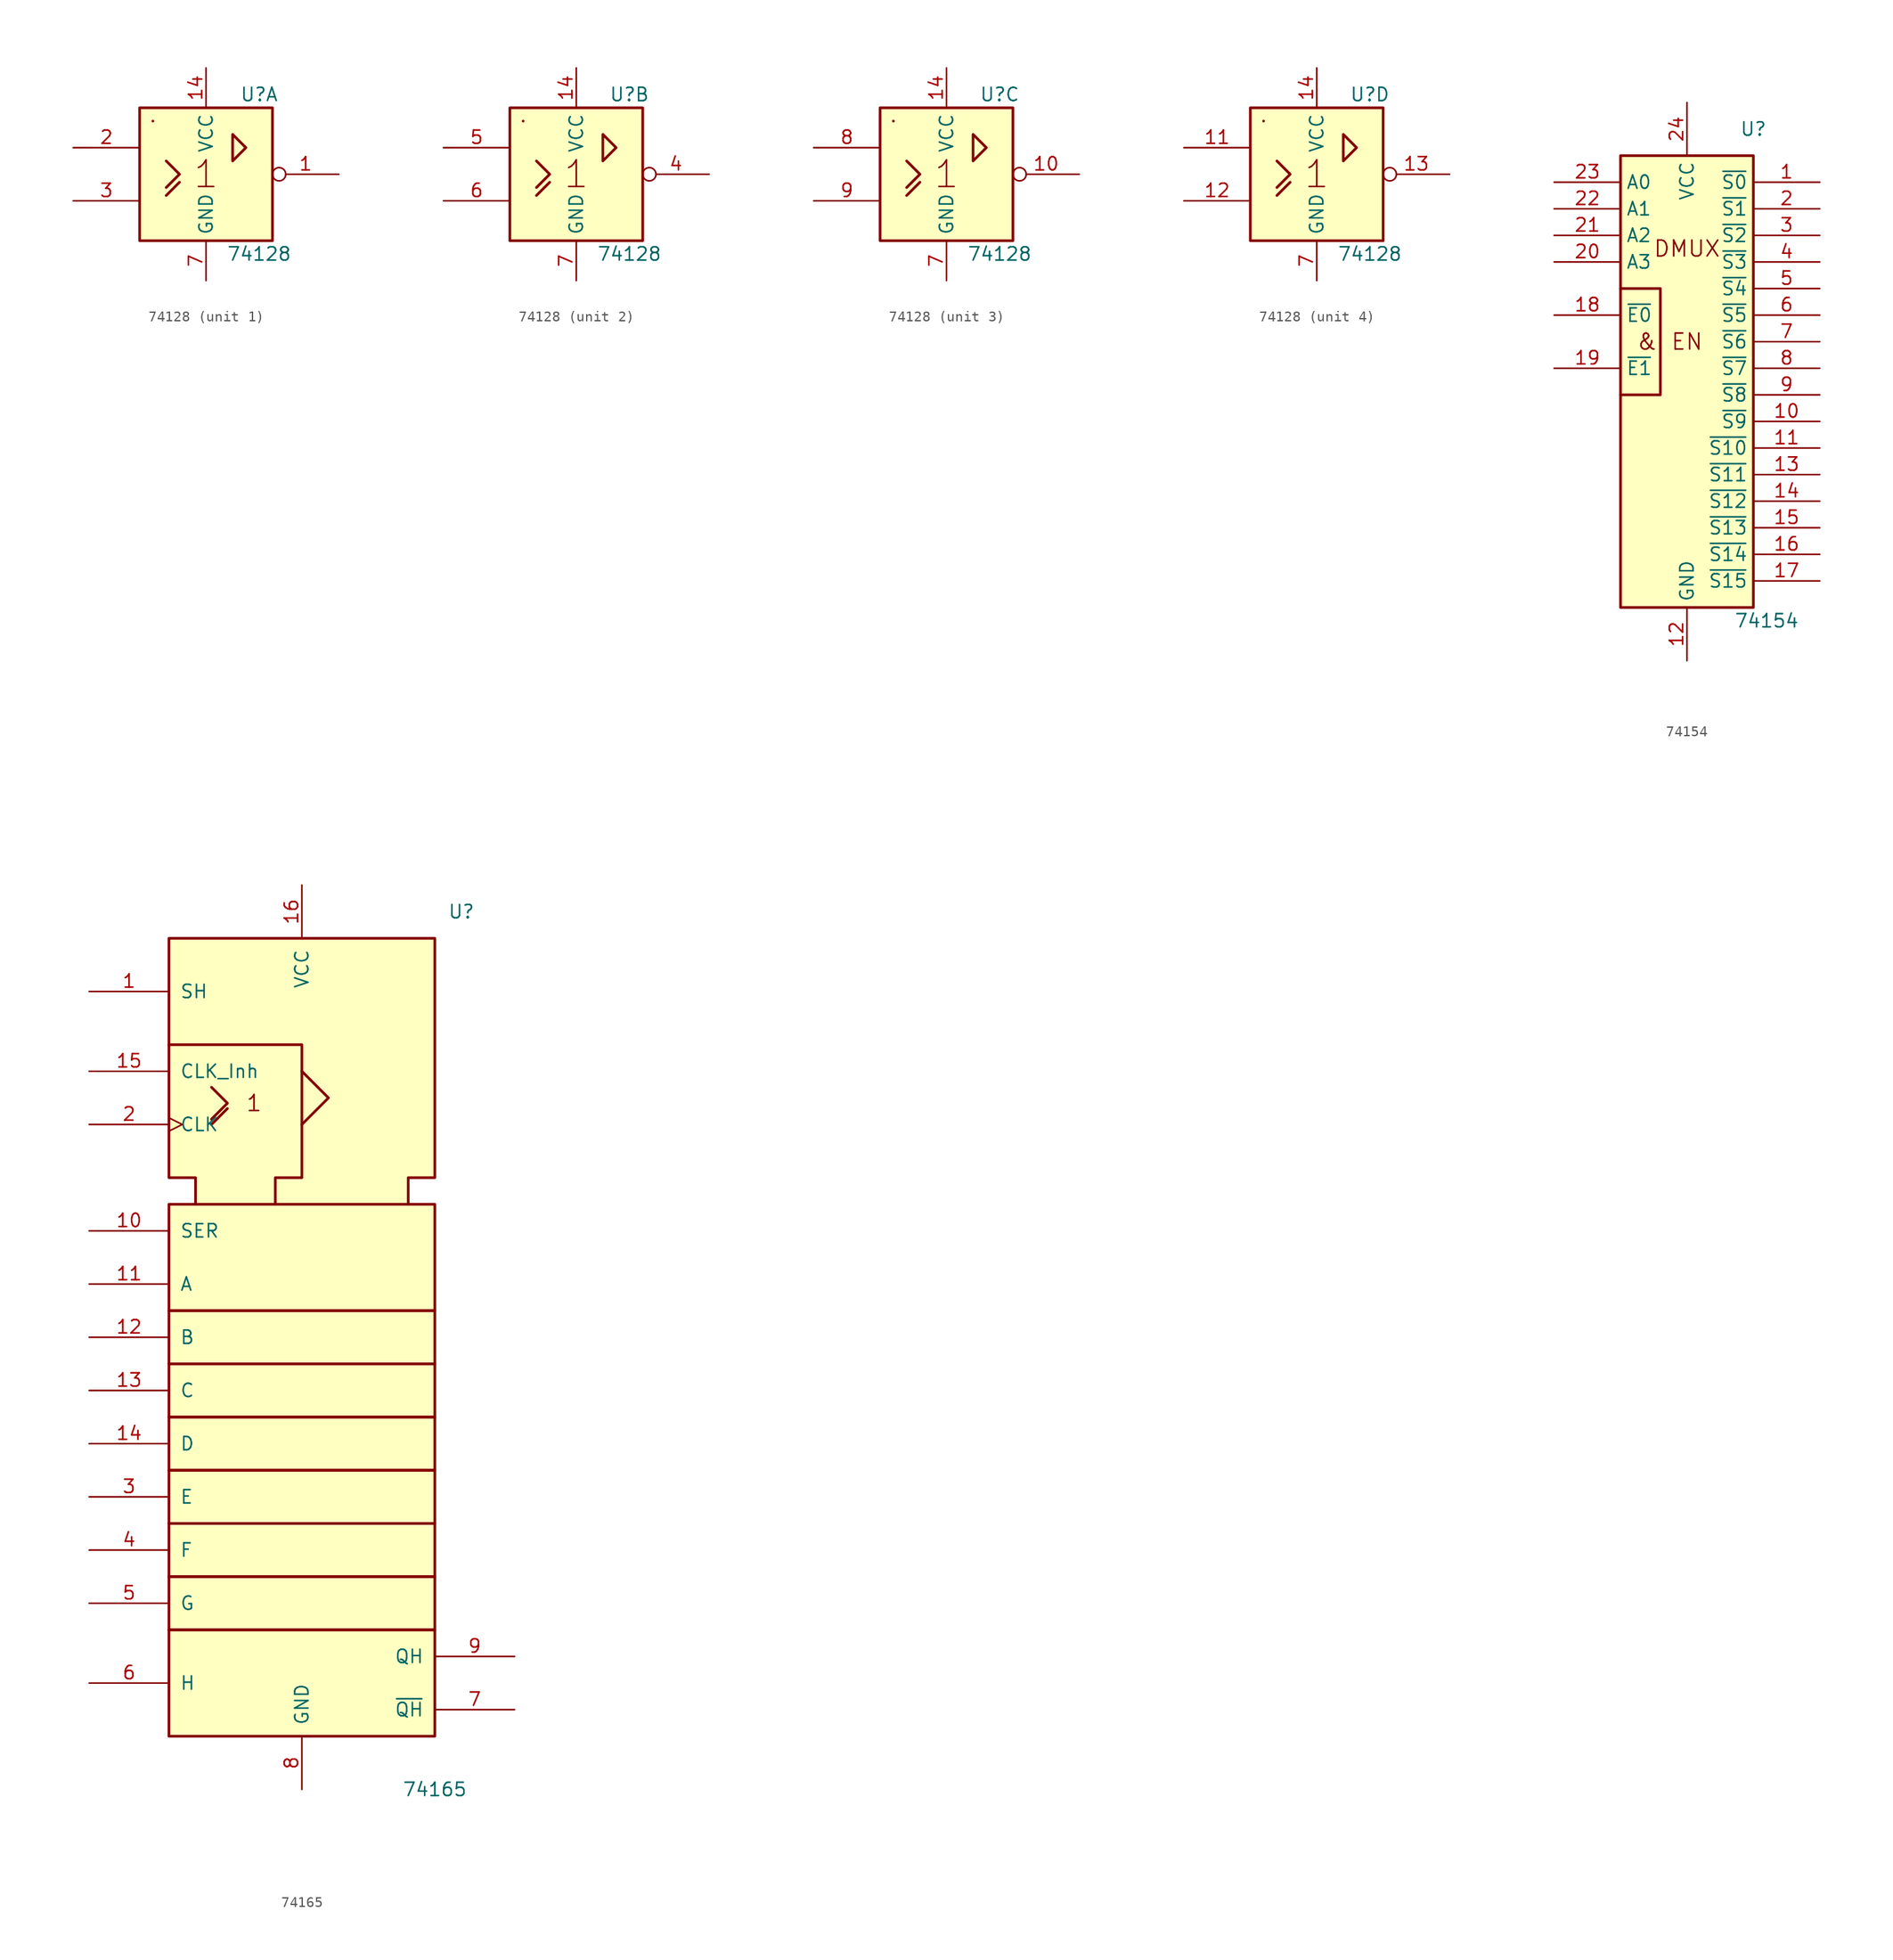
<source format=kicad_sym>
(kicad_symbol_lib
  (version 20220914)
  (generator kicad_symbol_editor)
  (symbol "74128"
    (property "Reference" "U"
      (at 5.08 7.62 0)
      (effects (font (size 1.27 1.27))))
    (property "Value" "74128"
      (at 5.08 -7.62 0)
      (effects (font (size 1.27 1.27))))
    (symbol "74128_0_0"
      (rectangle (start -5.08 5.08) (end -5.08 5.08) (stroke (width 0.254) (type default)) (fill (type background)))
      (polyline (pts (xy -3.81 -2.032) (xy -2.54 -0.762) (xy -2.54 -0.762)) (stroke (width 0.254) (type default)) (fill (type background)))
      (polyline (pts (xy -3.81 1.27) (xy -2.54 0) (xy -3.81 -1.27) (xy -3.81 -1.27)) (stroke (width 0.254) (type default)) (fill (type background)))
      (polyline (pts (xy 2.54 3.81) (xy 2.54 1.27) (xy 3.81 2.54) (xy 2.54 3.81) (xy 2.54 3.81)) (stroke (width 0.254) (type default)) (fill (type background)))
      (text "1" (at 0 0 0) (effects (font (size 2.54 2.54))))
      (pin power_in line (at 0 10.16 270) (length 3.81) (name "VCC" (effects (font (size 1.27 1.27)))) (number "14" (effects (font (size 1.27 1.27)))))
      (pin power_in line (at 0 -10.16 90) (length 3.81) (name "GND" (effects (font (size 1.27 1.27)))) (number "7" (effects (font (size 1.27 1.27))))))
    (symbol "74128_0_1"
      (rectangle (start -6.35 6.35) (end 6.35 -6.35) (stroke (width 0.254) (type default)) (fill (type background))))
    (symbol "74128_1_1"
      (pin output inverted (at 12.7 0 180) (length 6.35) (name "~" (effects (font (size 1.27 1.27)))) (number "1" (effects (font (size 1.27 1.27)))))
      (pin input line (at -12.7 2.54 0) (length 6.35) (name "~" (effects (font (size 1.27 1.27)))) (number "2" (effects (font (size 1.27 1.27)))))
      (pin input line (at -12.7 -2.54 0) (length 6.35) (name "~" (effects (font (size 1.27 1.27)))) (number "3" (effects (font (size 1.27 1.27))))))
    (symbol "74128_2_1"
      (pin output inverted (at 12.7 0 180) (length 6.35) (name "~" (effects (font (size 1.27 1.27)))) (number "4" (effects (font (size 1.27 1.27)))))
      (pin input line (at -12.7 2.54 0) (length 6.35) (name "~" (effects (font (size 1.27 1.27)))) (number "5" (effects (font (size 1.27 1.27)))))
      (pin input line (at -12.7 -2.54 0) (length 6.35) (name "~" (effects (font (size 1.27 1.27)))) (number "6" (effects (font (size 1.27 1.27))))))
    (symbol "74128_3_1"
      (pin output inverted (at 12.7 0 180) (length 6.35) (name "~" (effects (font (size 1.27 1.27)))) (number "10" (effects (font (size 1.27 1.27)))))
      (pin input line (at -12.7 2.54 0) (length 6.35) (name "~" (effects (font (size 1.27 1.27)))) (number "8" (effects (font (size 1.27 1.27)))))
      (pin input line (at -12.7 -2.54 0) (length 6.35) (name "~" (effects (font (size 1.27 1.27)))) (number "9" (effects (font (size 1.27 1.27))))))
    (symbol "74128_4_1"
      (pin input line (at -12.7 2.54 0) (length 6.35) (name "~" (effects (font (size 1.27 1.27)))) (number "11" (effects (font (size 1.27 1.27)))))
      (pin input line (at -12.7 -2.54 0) (length 6.35) (name "~" (effects (font (size 1.27 1.27)))) (number "12" (effects (font (size 1.27 1.27)))))
      (pin output inverted (at 12.7 0 180) (length 6.35) (name "~" (effects (font (size 1.27 1.27)))) (number "13" (effects (font (size 1.27 1.27)))))))
  (symbol "74154"
    (property "Reference" "U"
      (at 6.35 25.4 0)
      (effects (font (size 1.27 1.27))))
    (property "Value" "74154"
      (at 7.62 -21.59 0)
      (effects (font (size 1.27 1.27))))
    (symbol "74154_0_0"
      (rectangle (start -6.35 22.86) (end 6.35 -20.32) (stroke (width 0.254) (type default)) (fill (type background)))
      (polyline (pts (xy -6.35 10.16) (xy -2.54 10.16) (xy -2.54 0) (xy -6.35 0) (xy -6.35 0)) (stroke (width 0.254) (type default)) (fill (type background)))
      (text "&" (at -3.81 5.08 0) (effects (font (size 1.524 1.524))))
      (text "DMUX" (at 0 13.97 0) (effects (font (size 1.524 1.524))))
      (text "EN" (at 0 5.08 0) (effects (font (size 1.524 1.524))))
      (pin power_in line (at 0 -25.4 90) (length 5.08) (name "GND" (effects (font (size 1.27 1.27)))) (number "12" (effects (font (size 1.27 1.27)))))
      (pin power_in line (at 0 27.94 270) (length 5.08) (name "VCC" (effects (font (size 1.27 1.27)))) (number "24" (effects (font (size 1.27 1.27))))))
    (symbol "74154_1_1"
      (pin output line (at 12.7 20.32 180) (length 6.35) (name "~{S0}" (effects (font (size 1.27 1.27)))) (number "1" (effects (font (size 1.27 1.27)))))
      (pin output line (at 12.7 -2.54 180) (length 6.35) (name "~{S9}" (effects (font (size 1.27 1.27)))) (number "10" (effects (font (size 1.27 1.27)))))
      (pin output line (at 12.7 -5.08 180) (length 6.35) (name "~{S10}" (effects (font (size 1.27 1.27)))) (number "11" (effects (font (size 1.27 1.27)))))
      (pin output line (at 12.7 -7.62 180) (length 6.35) (name "~{S11}" (effects (font (size 1.27 1.27)))) (number "13" (effects (font (size 1.27 1.27)))))
      (pin output line (at 12.7 -10.16 180) (length 6.35) (name "~{S12}" (effects (font (size 1.27 1.27)))) (number "14" (effects (font (size 1.27 1.27)))))
      (pin input line (at 12.7 -12.7 180) (length 6.35) (name "~{S13}" (effects (font (size 1.27 1.27)))) (number "15" (effects (font (size 1.27 1.27)))))
      (pin output line (at 12.7 -15.24 180) (length 6.35) (name "~{S14}" (effects (font (size 1.27 1.27)))) (number "16" (effects (font (size 1.27 1.27)))))
      (pin output line (at 12.7 -17.78 180) (length 6.35) (name "~{S15}" (effects (font (size 1.27 1.27)))) (number "17" (effects (font (size 1.27 1.27)))))
      (pin input line (at -12.7 7.62 0) (length 6.35) (name "~{E0}" (effects (font (size 1.27 1.27)))) (number "18" (effects (font (size 1.27 1.27)))))
      (pin input line (at -12.7 2.54 0) (length 6.35) (name "~{E1}" (effects (font (size 1.27 1.27)))) (number "19" (effects (font (size 1.27 1.27)))))
      (pin output line (at 12.7 17.78 180) (length 6.35) (name "~{S1}" (effects (font (size 1.27 1.27)))) (number "2" (effects (font (size 1.27 1.27)))))
      (pin input line (at -12.7 12.7 0) (length 6.35) (name "A3" (effects (font (size 1.27 1.27)))) (number "20" (effects (font (size 1.27 1.27)))))
      (pin input line (at -12.7 15.24 0) (length 6.35) (name "A2" (effects (font (size 1.27 1.27)))) (number "21" (effects (font (size 1.27 1.27)))))
      (pin input line (at -12.7 17.78 0) (length 6.35) (name "A1" (effects (font (size 1.27 1.27)))) (number "22" (effects (font (size 1.27 1.27)))))
      (pin input line (at -12.7 20.32 0) (length 6.35) (name "A0" (effects (font (size 1.27 1.27)))) (number "23" (effects (font (size 1.27 1.27)))))
      (pin output line (at 12.7 15.24 180) (length 6.35) (name "~{S2}" (effects (font (size 1.27 1.27)))) (number "3" (effects (font (size 1.27 1.27)))))
      (pin output line (at 12.7 12.7 180) (length 6.35) (name "~{S3}" (effects (font (size 1.27 1.27)))) (number "4" (effects (font (size 1.27 1.27)))))
      (pin output line (at 12.7 10.16 180) (length 6.35) (name "~{S4}" (effects (font (size 1.27 1.27)))) (number "5" (effects (font (size 1.27 1.27)))))
      (pin output line (at 12.7 7.62 180) (length 6.35) (name "~{S5}" (effects (font (size 1.27 1.27)))) (number "6" (effects (font (size 1.27 1.27)))))
      (pin output line (at 12.7 5.08 180) (length 6.35) (name "~{S6}" (effects (font (size 1.27 1.27)))) (number "7" (effects (font (size 1.27 1.27)))))
      (pin output line (at 12.7 2.54 180) (length 6.35) (name "~{S7}" (effects (font (size 1.27 1.27)))) (number "8" (effects (font (size 1.27 1.27)))))
      (pin output line (at 12.7 0 180) (length 6.35) (name "~{S8}" (effects (font (size 1.27 1.27)))) (number "9" (effects (font (size 1.27 1.27)))))))
  (symbol "74165"
    (pin_names
      (offset 1.016))
    (property "Reference" "U"
      (at 15.24 30.48 0)
      (effects (font (size 1.27 1.27))))
    (property "Value" "74165"
      (at 12.7 -53.34 0)
      (effects (font (size 1.27 1.27))))
    (symbol "74165_0_0"
      (rectangle (start -12.7 -38.1) (end -12.7 -38.1) (stroke (width 0.254) (type default)) (fill (type background)))
      (rectangle (start -12.7 -38.1) (end 12.7 -48.26) (stroke (width 0.254) (type default)) (fill (type background)))
      (rectangle (start -12.7 -33.02) (end 12.7 -38.1) (stroke (width 0.254) (type default)) (fill (type background)))
      (rectangle (start -12.7 -27.94) (end 12.7 -33.02) (stroke (width 0.254) (type default)) (fill (type background)))
      (rectangle (start -12.7 -22.86) (end 12.7 -27.94) (stroke (width 0.254) (type default)) (fill (type background)))
      (rectangle (start -12.7 -17.78) (end 12.7 -22.86) (stroke (width 0.254) (type default)) (fill (type background)))
      (rectangle (start -12.7 -12.7) (end 12.7 -17.78) (stroke (width 0.254) (type default)) (fill (type background)))
      (rectangle (start -12.7 -7.62) (end 12.7 -12.7) (stroke (width 0.254) (type default)) (fill (type background)))
      (rectangle (start -12.7 2.54) (end 12.7 -7.62) (stroke (width 0.254) (type default)) (fill (type background)))
      (polyline (pts (xy -8.636 10.16) (xy -7.112 11.684) (xy -7.112 11.684)) (stroke (width 0.254) (type default)) (fill (type background)))
      (polyline (pts (xy -8.636 13.716) (xy -7.112 12.192) (xy -8.636 10.668) (xy -8.636 10.668)) (stroke (width 0.254) (type default)) (fill (type background)))
      (polyline (pts (xy 0 15.24) (xy 2.54 12.7) (xy 0 10.16) (xy 0 10.16)) (stroke (width 0.254) (type default)) (fill (type background)))
      (polyline (pts (xy -12.7 17.78) (xy 0 17.78) (xy 0 5.08) (xy -2.54 5.08) (xy -2.54 2.54) (xy -2.54 2.54)) (stroke (width 0.254) (type default)) (fill (type background)))
      (polyline (pts (xy -10.16 2.54) (xy -10.16 5.08) (xy -12.7 5.08) (xy -12.7 27.94) (xy 12.7 27.94) (xy 12.7 5.08) (xy 10.16 5.08) (xy 10.16 2.54) (xy 10.16 2.54)) (stroke (width 0.254) (type default)) (fill (type background)))
      (text "1" (at -4.572 12.192 0) (effects (font (size 1.524 1.524)))))
    (symbol "74165_0_1"
      (pin power_in line (at 0 -53.34 90) (length 5.08) (name "GND" (effects (font (size 1.27 1.27)))) (number "8" (effects (font (size 1.27 1.27))))))
    (symbol "74165_1_1"
      (pin input line (at -20.32 22.86 0) (length 7.62) (name "SH" (effects (font (size 1.27 1.27)))) (number "1" (effects (font (size 1.27 1.27)))))
      (pin input line (at -20.32 0 0) (length 7.62) (name "SER" (effects (font (size 1.27 1.27)))) (number "10" (effects (font (size 1.27 1.27)))))
      (pin input line (at -20.32 -5.08 0) (length 7.62) (name "A" (effects (font (size 1.27 1.27)))) (number "11" (effects (font (size 1.27 1.27)))))
      (pin input line (at -20.32 -10.16 0) (length 7.62) (name "B" (effects (font (size 1.27 1.27)))) (number "12" (effects (font (size 1.27 1.27)))))
      (pin input line (at -20.32 -15.24 0) (length 7.62) (name "C" (effects (font (size 1.27 1.27)))) (number "13" (effects (font (size 1.27 1.27)))))
      (pin input line (at -20.32 -20.32 0) (length 7.62) (name "D" (effects (font (size 1.27 1.27)))) (number "14" (effects (font (size 1.27 1.27)))))
      (pin input line (at -20.32 15.24 0) (length 7.62) (name "CLK_Inh" (effects (font (size 1.27 1.27)))) (number "15" (effects (font (size 1.27 1.27)))))
      (pin power_in line (at 0 33.02 270) (length 5.08) (name "VCC" (effects (font (size 1.27 1.27)))) (number "16" (effects (font (size 1.27 1.27)))))
      (pin input clock (at -20.32 10.16 0) (length 7.62) (name "CLK" (effects (font (size 1.27 1.27)))) (number "2" (effects (font (size 1.27 1.27)))))
      (pin input line (at -20.32 -25.4 0) (length 7.62) (name "E" (effects (font (size 1.27 1.27)))) (number "3" (effects (font (size 1.27 1.27)))))
      (pin input line (at -20.32 -30.48 0) (length 7.62) (name "F" (effects (font (size 1.27 1.27)))) (number "4" (effects (font (size 1.27 1.27)))))
      (pin input line (at -20.32 -35.56 0) (length 7.62) (name "G" (effects (font (size 1.27 1.27)))) (number "5" (effects (font (size 1.27 1.27)))))
      (pin input line (at -20.32 -43.18 0) (length 7.62) (name "H" (effects (font (size 1.27 1.27)))) (number "6" (effects (font (size 1.27 1.27)))))
      (pin output line (at 20.32 -45.72 180) (length 7.62) (name "~{QH}" (effects (font (size 1.27 1.27)))) (number "7" (effects (font (size 1.27 1.27)))))
      (pin tri_state line (at 20.32 -40.64 180) (length 7.62) (name "QH" (effects (font (size 1.27 1.27)))) (number "9" (effects (font (size 1.27 1.27))))))))
</source>
